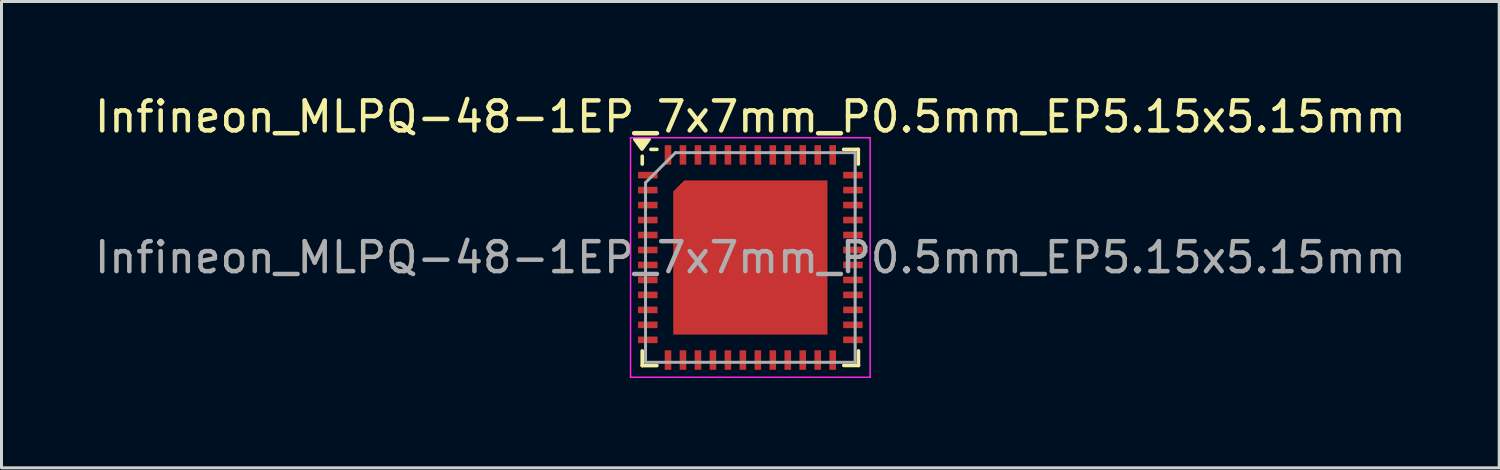
<source format=kicad_pcb>
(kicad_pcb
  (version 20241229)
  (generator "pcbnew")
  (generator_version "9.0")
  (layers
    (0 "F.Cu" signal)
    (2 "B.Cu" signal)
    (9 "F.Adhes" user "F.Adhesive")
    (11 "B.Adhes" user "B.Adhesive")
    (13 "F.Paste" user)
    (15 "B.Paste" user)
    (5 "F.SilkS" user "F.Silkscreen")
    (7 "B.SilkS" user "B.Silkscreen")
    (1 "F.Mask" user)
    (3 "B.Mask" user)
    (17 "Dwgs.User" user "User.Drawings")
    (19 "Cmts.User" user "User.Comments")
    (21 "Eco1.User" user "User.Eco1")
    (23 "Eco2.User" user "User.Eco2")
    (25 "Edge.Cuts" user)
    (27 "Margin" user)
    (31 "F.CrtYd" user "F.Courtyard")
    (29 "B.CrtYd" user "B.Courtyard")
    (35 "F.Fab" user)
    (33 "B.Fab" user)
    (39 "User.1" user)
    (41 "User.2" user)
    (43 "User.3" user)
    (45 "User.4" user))
  (footprint "Infineon_MLPQ-48-1EP_7x7mm_P0.5mm_EP5.15x5.15mm"
    (layer "F.Cu")
    (at 22.006 5.548)
    (property "Reference" "Infineon_MLPQ-48-1EP_7x7mm_P0.5mm_EP5.15x5.15mm" (at 0 -4.7 0) (layer "F.SilkS") (effects (font (size 1 1) (thickness 0.15))))
    (attr smd)
    (fp_line (start -3.61 -3.38) (end -3.61 -3.12) (stroke (width 0.12) (type solid)) (layer "F.SilkS"))
    (fp_line (start -3.61 3.61) (end -3.61 3.12) (stroke (width 0.12) (type solid)) (layer "F.SilkS"))
    (fp_line (start -3.12 -3.61) (end -3.32 -3.61) (stroke (width 0.12) (type solid)) (layer "F.SilkS"))
    (fp_line (start -3.12 3.61) (end -3.61 3.61) (stroke (width 0.12) (type solid)) (layer "F.SilkS"))
    (fp_line (start 3.115 -3.61) (end 3.605 -3.61) (stroke (width 0.12) (type solid)) (layer "F.SilkS"))
    (fp_line (start 3.12 3.605) (end 3.61 3.605) (stroke (width 0.12) (type solid)) (layer "F.SilkS"))
    (fp_line (start 3.605 -3.12) (end 3.605 -3.61) (stroke (width 0.12) (type solid)) (layer "F.SilkS"))
    (fp_line (start 3.61 3.605) (end 3.61 3.12) (stroke (width 0.12) (type solid)) (layer "F.SilkS"))
    (fp_poly (pts (xy -3.62 -3.62) (xy -3.86 -3.95) (xy -3.38 -3.95) (xy -3.62 -3.62)) (stroke (width 0.12) (type solid)) (fill yes) (layer "F.SilkS"))
    (fp_line (start -4 -4) (end -4 4) (stroke (width 0.05) (type solid)) (layer "F.CrtYd"))
    (fp_line (start -4 4) (end 4 4) (stroke (width 0.05) (type solid)) (layer "F.CrtYd"))
    (fp_line (start 4 -4) (end -4 -4) (stroke (width 0.05) (type solid)) (layer "F.CrtYd"))
    (fp_line (start 4 4) (end 4 -4) (stroke (width 0.05) (type solid)) (layer "F.CrtYd"))
    (fp_line (start -3.5 3.5) (end -3.5 -2.5) (stroke (width 0.1) (type solid)) (layer "F.Fab"))
    (fp_line (start -2.5 -3.5) (end -3.5 -2.5) (stroke (width 0.1) (type solid)) (layer "F.Fab"))
    (fp_line (start 3.5 -3.5) (end -2.5 -3.5) (stroke (width 0.1) (type solid)) (layer "F.Fab"))
    (fp_line (start 3.5 -3.5) (end 3.5 3.5) (stroke (width 0.1) (type solid)) (layer "F.Fab"))
    (fp_line (start 3.5 3.5) (end -3.5 3.5) (stroke (width 0.1) (type solid)) (layer "F.Fab"))
    (fp_text user "${REFERENCE}" (at 0 0 0) (layer "F.Fab") (effects (font (size 1 1) (thickness 0.15))))
    (pad "" smd rect (at -3.425 -2.75) (size 0.55 0.22) (layers "F.Paste"))
    (pad "" smd rect (at -3.425 -2.25) (size 0.55 0.22) (layers "F.Paste"))
    (pad "" smd rect (at -3.425 -1.75) (size 0.55 0.22) (layers "F.Paste"))
    (pad "" smd rect (at -3.425 -1.25) (size 0.55 0.22) (layers "F.Paste"))
    (pad "" smd rect (at -3.425 -0.75) (size 0.55 0.22) (layers "F.Paste"))
    (pad "" smd rect (at -3.425 -0.25) (size 0.55 0.22) (layers "F.Paste"))
    (pad "" smd rect (at -3.425 0.25) (size 0.55 0.22) (layers "F.Paste"))
    (pad "" smd rect (at -3.425 0.75) (size 0.55 0.22) (layers "F.Paste"))
    (pad "" smd rect (at -3.425 1.25) (size 0.55 0.22) (layers "F.Paste"))
    (pad "" smd rect (at -3.425 1.75) (size 0.55 0.22) (layers "F.Paste"))
    (pad "" smd rect (at -3.425 2.25) (size 0.55 0.22) (layers "F.Paste"))
    (pad "" smd rect (at -3.425 2.75) (size 0.55 0.22) (layers "F.Paste"))
    (pad "" smd rect (at -2.75 -3.425) (size 0.22 0.55) (layers "F.Paste"))
    (pad "" smd rect (at -2.75 3.425) (size 0.22 0.55) (layers "F.Paste"))
    (pad "" smd rect (at -2.25 -3.425) (size 0.22 0.55) (layers "F.Paste"))
    (pad "" smd rect (at -2.25 3.425) (size 0.22 0.55) (layers "F.Paste"))
    (pad "" smd rect (at -2.186 -2.186 45) (size 0.479 0.479) (layers "F.Paste"))
    (pad "" smd rect (at -2.025 -1.855) (size 1 0.661) (layers "F.Paste"))
    (pad "" smd rect (at -2.025 -0.675) (size 1 1) (layers "F.Paste"))
    (pad "" smd rect (at -2.025 0.675) (size 1 1) (layers "F.Paste"))
    (pad "" smd rect (at -2.025 2.025) (size 1 1) (layers "F.Paste"))
    (pad "" smd rect (at -1.855 -2.356) (size 0.661 0.339) (layers "F.Paste"))
    (pad "" smd rect (at -1.75 -3.425) (size 0.22 0.55) (layers "F.Paste"))
    (pad "" smd rect (at -1.75 3.425) (size 0.22 0.55) (layers "F.Paste"))
    (pad "" smd rect (at -1.25 -3.425) (size 0.22 0.55) (layers "F.Paste"))
    (pad "" smd rect (at -1.25 3.425) (size 0.22 0.55) (layers "F.Paste"))
    (pad "" smd rect (at -0.75 -3.425) (size 0.22 0.55) (layers "F.Paste"))
    (pad "" smd rect (at -0.75 3.425) (size 0.22 0.55) (layers "F.Paste"))
    (pad "" smd rect (at -0.675 -2.025) (size 1 1) (layers "F.Paste"))
    (pad "" smd rect (at -0.675 -0.675) (size 1 1) (layers "F.Paste"))
    (pad "" smd rect (at -0.675 0.675) (size 1 1) (layers "F.Paste"))
    (pad "" smd rect (at -0.675 2.025) (size 1 1) (layers "F.Paste"))
    (pad "" smd rect (at -0.25 -3.425) (size 0.22 0.55) (layers "F.Paste"))
    (pad "" smd rect (at -0.25 3.425) (size 0.22 0.55) (layers "F.Paste"))
    (pad "" smd rect (at 0.25 -3.425) (size 0.22 0.55) (layers "F.Paste"))
    (pad "" smd rect (at 0.25 3.425) (size 0.22 0.55) (layers "F.Paste"))
    (pad "" smd rect (at 0.675 -2.025) (size 1 1) (layers "F.Paste"))
    (pad "" smd rect (at 0.675 -0.675) (size 1 1) (layers "F.Paste"))
    (pad "" smd rect (at 0.675 0.675) (size 1 1) (layers "F.Paste"))
    (pad "" smd rect (at 0.675 2.025) (size 1 1) (layers "F.Paste"))
    (pad "" smd rect (at 0.75 -3.425) (size 0.22 0.55) (layers "F.Paste"))
    (pad "" smd rect (at 0.75 3.425) (size 0.22 0.55) (layers "F.Paste"))
    (pad "" smd rect (at 1.25 -3.425) (size 0.22 0.55) (layers "F.Paste"))
    (pad "" smd rect (at 1.25 3.425) (size 0.22 0.55) (layers "F.Paste"))
    (pad "" smd rect (at 1.75 -3.425) (size 0.22 0.55) (layers "F.Paste"))
    (pad "" smd rect (at 1.75 3.425) (size 0.22 0.55) (layers "F.Paste"))
    (pad "" smd rect (at 2.025 -2.025) (size 1 1) (layers "F.Paste"))
    (pad "" smd rect (at 2.025 -0.675) (size 1 1) (layers "F.Paste"))
    (pad "" smd rect (at 2.025 0.675) (size 1 1) (layers "F.Paste"))
    (pad "" smd rect (at 2.025 2.025) (size 1 1) (layers "F.Paste"))
    (pad "" smd rect (at 2.25 -3.425) (size 0.22 0.55) (layers "F.Paste"))
    (pad "" smd rect (at 2.25 3.425) (size 0.22 0.55) (layers "F.Paste"))
    (pad "" smd rect (at 2.75 -3.425) (size 0.22 0.55) (layers "F.Paste"))
    (pad "" smd rect (at 2.75 3.425) (size 0.22 0.55) (layers "F.Paste"))
    (pad "" smd rect (at 3.425 -2.75) (size 0.55 0.22) (layers "F.Paste"))
    (pad "" smd rect (at 3.425 -2.25) (size 0.55 0.22) (layers "F.Paste"))
    (pad "" smd rect (at 3.425 -1.75) (size 0.55 0.22) (layers "F.Paste"))
    (pad "" smd rect (at 3.425 -1.25) (size 0.55 0.22) (layers "F.Paste"))
    (pad "" smd rect (at 3.425 -0.75) (size 0.55 0.22) (layers "F.Paste"))
    (pad "" smd rect (at 3.425 -0.25) (size 0.55 0.22) (layers "F.Paste"))
    (pad "" smd rect (at 3.425 0.25) (size 0.55 0.22) (layers "F.Paste"))
    (pad "" smd rect (at 3.425 0.75) (size 0.55 0.22) (layers "F.Paste"))
    (pad "" smd rect (at 3.425 1.25) (size 0.55 0.22) (layers "F.Paste"))
    (pad "" smd rect (at 3.425 1.75) (size 0.55 0.22) (layers "F.Paste"))
    (pad "" smd rect (at 3.425 2.25) (size 0.55 0.22) (layers "F.Paste"))
    (pad "" smd rect (at 3.425 2.75) (size 0.55 0.22) (layers "F.Paste"))
    (pad "1" smd rect (at -3.425 -2.75) (size 0.65 0.22) (layers "F.Cu" "F.Mask"))
    (pad "2" smd rect (at -3.425 -2.25) (size 0.65 0.22) (layers "F.Cu" "F.Mask"))
    (pad "3" smd rect (at -3.425 -1.75) (size 0.65 0.22) (layers "F.Cu" "F.Mask"))
    (pad "4" smd rect (at -3.425 -1.25) (size 0.65 0.22) (layers "F.Cu" "F.Mask"))
    (pad "5" smd rect (at -3.425 -0.75) (size 0.65 0.22) (layers "F.Cu" "F.Mask"))
    (pad "6" smd rect (at -3.425 -0.25) (size 0.65 0.22) (layers "F.Cu" "F.Mask"))
    (pad "7" smd rect (at -3.425 0.25) (size 0.65 0.22) (layers "F.Cu" "F.Mask"))
    (pad "8" smd rect (at -3.425 0.75) (size 0.65 0.22) (layers "F.Cu" "F.Mask"))
    (pad "9" smd rect (at -3.425 1.25) (size 0.65 0.22) (layers "F.Cu" "F.Mask"))
    (pad "10" smd rect (at -3.425 1.75) (size 0.65 0.22) (layers "F.Cu" "F.Mask"))
    (pad "11" smd rect (at -3.425 2.25) (size 0.65 0.22) (layers "F.Cu" "F.Mask"))
    (pad "12" smd rect (at -3.425 2.75) (size 0.65 0.22) (layers "F.Cu" "F.Mask"))
    (pad "13" smd rect (at -2.75 3.425) (size 0.22 0.65) (layers "F.Cu" "F.Mask"))
    (pad "14" smd rect (at -2.25 3.425) (size 0.22 0.65) (layers "F.Cu" "F.Mask"))
    (pad "15" smd rect (at -1.75 3.425) (size 0.22 0.65) (layers "F.Cu" "F.Mask"))
    (pad "16" smd rect (at -1.25 3.425) (size 0.22 0.65) (layers "F.Cu" "F.Mask"))
    (pad "17" smd rect (at -0.75 3.425) (size 0.22 0.65) (layers "F.Cu" "F.Mask"))
    (pad "18" smd rect (at -0.25 3.425) (size 0.22 0.65) (layers "F.Cu" "F.Mask"))
    (pad "19" smd rect (at 0.25 3.425) (size 0.22 0.65) (layers "F.Cu" "F.Mask"))
    (pad "20" smd rect (at 0.75 3.425) (size 0.22 0.65) (layers "F.Cu" "F.Mask"))
    (pad "21" smd rect (at 1.25 3.425) (size 0.22 0.65) (layers "F.Cu" "F.Mask"))
    (pad "22" smd rect (at 1.75 3.425) (size 0.22 0.65) (layers "F.Cu" "F.Mask"))
    (pad "23" smd rect (at 2.25 3.425) (size 0.22 0.65) (layers "F.Cu" "F.Mask"))
    (pad "24" smd rect (at 2.75 3.425) (size 0.22 0.65) (layers "F.Cu" "F.Mask"))
    (pad "25" smd rect (at 3.425 2.75) (size 0.65 0.22) (layers "F.Cu" "F.Mask"))
    (pad "26" smd rect (at 3.425 2.25) (size 0.65 0.22) (layers "F.Cu" "F.Mask"))
    (pad "27" smd rect (at 3.425 1.75) (size 0.65 0.22) (layers "F.Cu" "F.Mask"))
    (pad "28" smd rect (at 3.425 1.25) (size 0.65 0.22) (layers "F.Cu" "F.Mask"))
    (pad "29" smd rect (at 3.425 0.75) (size 0.65 0.22) (layers "F.Cu" "F.Mask"))
    (pad "30" smd rect (at 3.425 0.25) (size 0.65 0.22) (layers "F.Cu" "F.Mask"))
    (pad "31" smd rect (at 3.425 -0.25) (size 0.65 0.22) (layers "F.Cu" "F.Mask"))
    (pad "32" smd rect (at 3.425 -0.75) (size 0.65 0.22) (layers "F.Cu" "F.Mask"))
    (pad "33" smd rect (at 3.425 -1.25) (size 0.65 0.22) (layers "F.Cu" "F.Mask"))
    (pad "34" smd rect (at 3.425 -1.75) (size 0.65 0.22) (layers "F.Cu" "F.Mask"))
    (pad "35" smd rect (at 3.425 -2.25) (size 0.65 0.22) (layers "F.Cu" "F.Mask"))
    (pad "36" smd rect (at 3.425 -2.75) (size 0.65 0.22) (layers "F.Cu" "F.Mask"))
    (pad "37" smd rect (at 2.75 -3.425) (size 0.22 0.65) (layers "F.Cu" "F.Mask"))
    (pad "38" smd rect (at 2.25 -3.425) (size 0.22 0.65) (layers "F.Cu" "F.Mask"))
    (pad "39" smd rect (at 1.75 -3.425) (size 0.22 0.65) (layers "F.Cu" "F.Mask"))
    (pad "40" smd rect (at 1.25 -3.425) (size 0.22 0.65) (layers "F.Cu" "F.Mask"))
    (pad "41" smd rect (at 0.75 -3.425) (size 0.22 0.65) (layers "F.Cu" "F.Mask"))
    (pad "42" smd rect (at 0.25 -3.425) (size 0.22 0.65) (layers "F.Cu" "F.Mask"))
    (pad "43" smd rect (at -0.25 -3.425) (size 0.22 0.65) (layers "F.Cu" "F.Mask"))
    (pad "44" smd rect (at -0.75 -3.425) (size 0.22 0.65) (layers "F.Cu" "F.Mask"))
    (pad "45" smd rect (at -1.25 -3.425) (size 0.22 0.65) (layers "F.Cu" "F.Mask"))
    (pad "46" smd rect (at -1.75 -3.425) (size 0.22 0.65) (layers "F.Cu" "F.Mask"))
    (pad "47" smd rect (at -2.25 -3.425) (size 0.22 0.65) (layers "F.Cu" "F.Mask"))
    (pad "48" smd rect (at -2.75 -3.425) (size 0.22 0.65) (layers "F.Cu" "F.Mask"))
    (pad "49" smd custom (at 0 0) (size 4 4) (layers "F.Cu" "F.Mask") (options (anchor rect)) (primitives (gr_poly (pts (xy -2.575 -2.207) (xy -2.207 -2.575) (xy 2.575 -2.575) (xy 2.575 2.575) (xy -2.575 2.575)) (width 0) (fill yes)))))
  (gr_rect
    (start -3 -3)
    (end 47.012 12.573)
    (stroke (width 0.1) (type default))
    (fill no)
    (layer "Edge.Cuts")))
</source>
